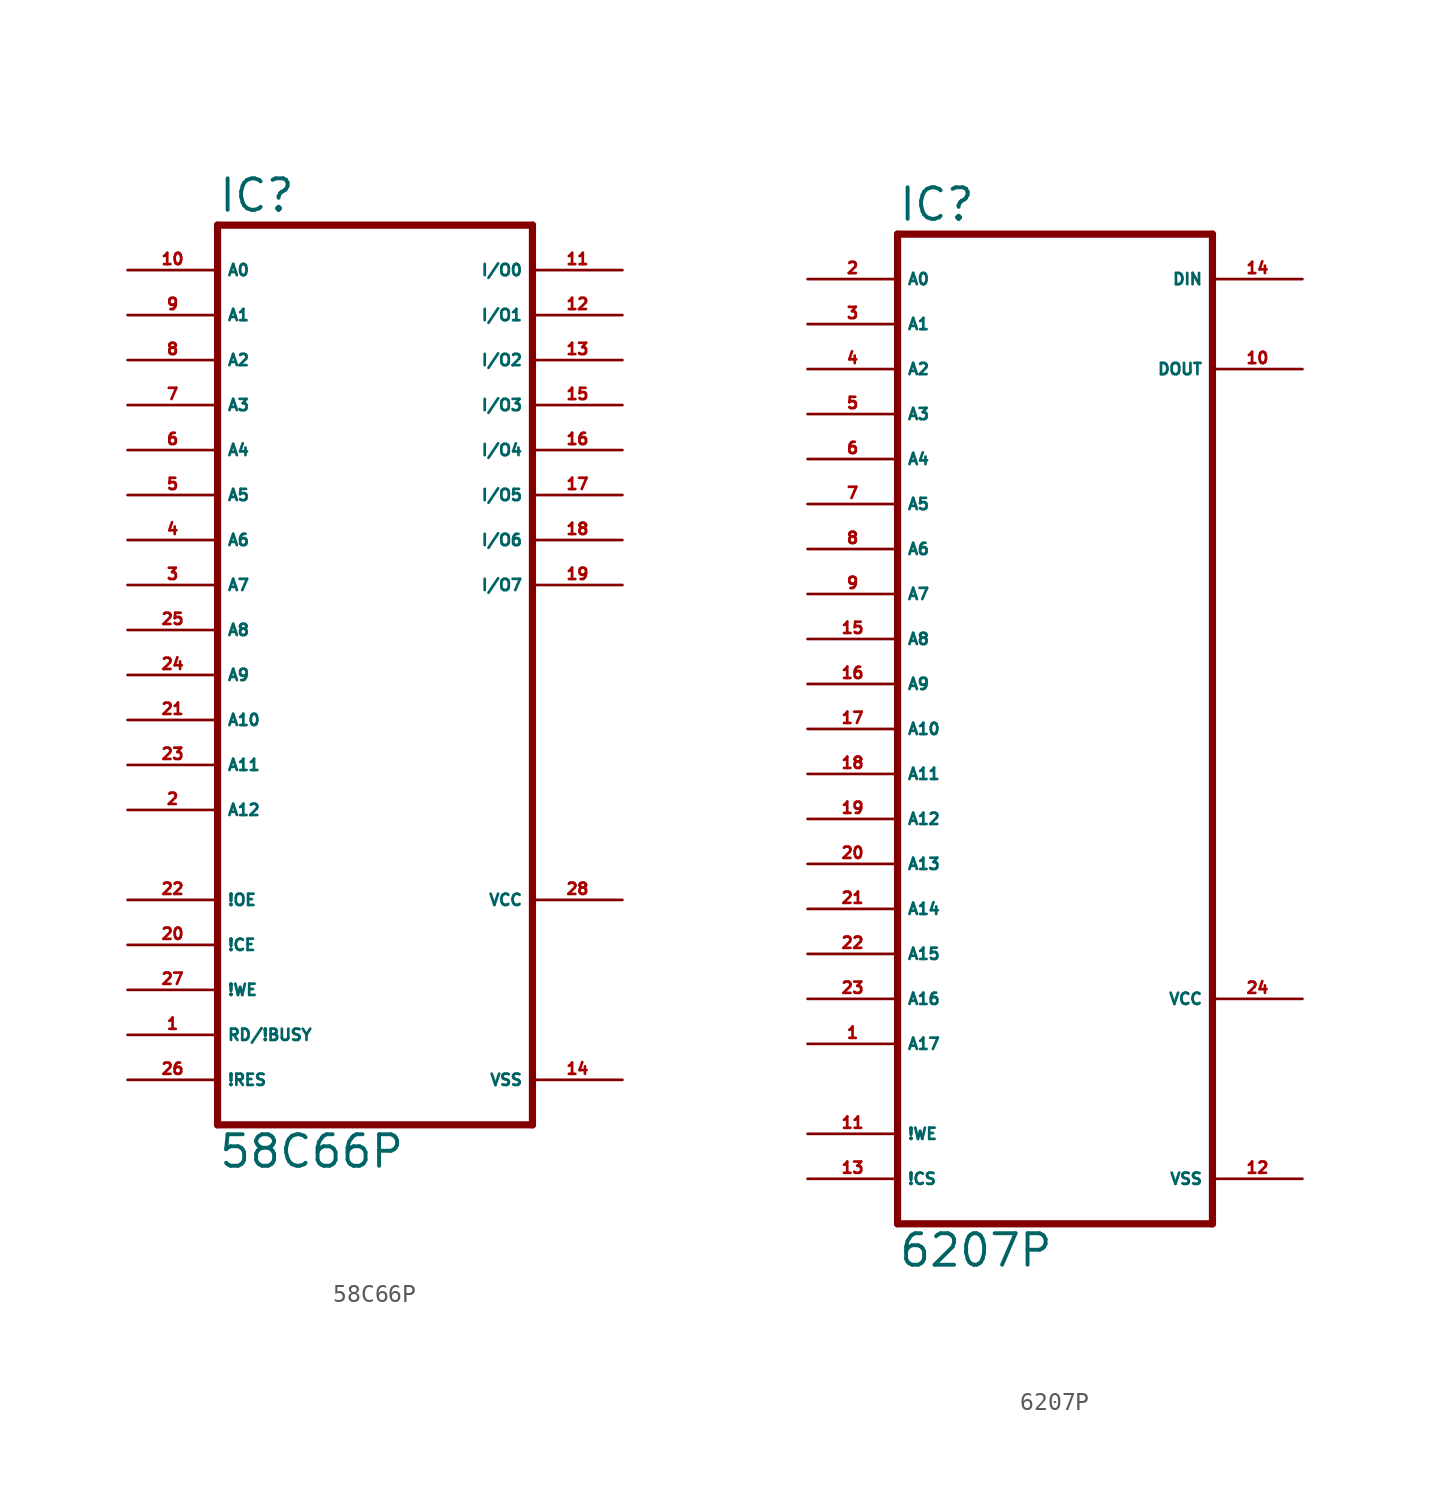
<source format=kicad_sym>
(kicad_symbol_lib
  (version 20220914)
  (generator Eagle2Kicad)
  (symbol "58C66P"
    (property "Reference" "IC"
      (at -7.62 23.495 0)
      (effects (font (size 1.778 1.778) (thickness 0.22)) (justify left bottom)))
    (property "Value" "58C66P"
      (at -7.62 -30.48 0)
      (effects (font (size 1.778 1.778) (thickness 0.22)) (justify left bottom)))
    (polyline
      (pts (xy -7.62 -27.94) (xy 10.16 -27.94))
      (stroke (width 0.406) (type default))
      (fill (type none)))
    (polyline
      (pts (xy 10.16 22.86) (xy 10.16 -27.94))
      (stroke (width 0.406) (type default))
      (fill (type none)))
    (polyline
      (pts (xy 10.16 22.86) (xy -7.62 22.86))
      (stroke (width 0.406) (type default))
      (fill (type none)))
    (polyline
      (pts (xy -7.62 -27.94) (xy -7.62 22.86))
      (stroke (width 0.406) (type default))
      (fill (type none)))
    (pin input line
      (at -12.7 20.32 0)
      (length 5.08)
      (name "A0" (effects (font (size 0.635 0.635) (thickness 0.08)) (justify left bottom)))
      (number "10" (effects (font (size 0.635 0.635) (thickness 0.08)) (justify left bottom))))
    (pin input line
      (at -12.7 17.78 0)
      (length 5.08)
      (name "A1" (effects (font (size 0.635 0.635) (thickness 0.08)) (justify left bottom)))
      (number "9" (effects (font (size 0.635 0.635) (thickness 0.08)) (justify left bottom))))
    (pin input line
      (at -12.7 15.24 0)
      (length 5.08)
      (name "A2" (effects (font (size 0.635 0.635) (thickness 0.08)) (justify left bottom)))
      (number "8" (effects (font (size 0.635 0.635) (thickness 0.08)) (justify left bottom))))
    (pin input line
      (at -12.7 12.7 0)
      (length 5.08)
      (name "A3" (effects (font (size 0.635 0.635) (thickness 0.08)) (justify left bottom)))
      (number "7" (effects (font (size 0.635 0.635) (thickness 0.08)) (justify left bottom))))
    (pin input line
      (at -12.7 10.16 0)
      (length 5.08)
      (name "A4" (effects (font (size 0.635 0.635) (thickness 0.08)) (justify left bottom)))
      (number "6" (effects (font (size 0.635 0.635) (thickness 0.08)) (justify left bottom))))
    (pin input line
      (at -12.7 7.62 0)
      (length 5.08)
      (name "A5" (effects (font (size 0.635 0.635) (thickness 0.08)) (justify left bottom)))
      (number "5" (effects (font (size 0.635 0.635) (thickness 0.08)) (justify left bottom))))
    (pin input line
      (at -12.7 5.08 0)
      (length 5.08)
      (name "A6" (effects (font (size 0.635 0.635) (thickness 0.08)) (justify left bottom)))
      (number "4" (effects (font (size 0.635 0.635) (thickness 0.08)) (justify left bottom))))
    (pin input line
      (at -12.7 2.54 0)
      (length 5.08)
      (name "A7" (effects (font (size 0.635 0.635) (thickness 0.08)) (justify left bottom)))
      (number "3" (effects (font (size 0.635 0.635) (thickness 0.08)) (justify left bottom))))
    (pin input line
      (at -12.7 0 0)
      (length 5.08)
      (name "A8" (effects (font (size 0.635 0.635) (thickness 0.08)) (justify left bottom)))
      (number "25" (effects (font (size 0.635 0.635) (thickness 0.08)) (justify left bottom))))
    (pin input line
      (at -12.7 -2.54 0)
      (length 5.08)
      (name "A9" (effects (font (size 0.635 0.635) (thickness 0.08)) (justify left bottom)))
      (number "24" (effects (font (size 0.635 0.635) (thickness 0.08)) (justify left bottom))))
    (pin input line
      (at -12.7 -5.08 0)
      (length 5.08)
      (name "A10" (effects (font (size 0.635 0.635) (thickness 0.08)) (justify left bottom)))
      (number "21" (effects (font (size 0.635 0.635) (thickness 0.08)) (justify left bottom))))
    (pin input line
      (at -12.7 -7.62 0)
      (length 5.08)
      (name "A11" (effects (font (size 0.635 0.635) (thickness 0.08)) (justify left bottom)))
      (number "23" (effects (font (size 0.635 0.635) (thickness 0.08)) (justify left bottom))))
    (pin input line
      (at -12.7 -10.16 0)
      (length 5.08)
      (name "A12" (effects (font (size 0.635 0.635) (thickness 0.08)) (justify left bottom)))
      (number "2" (effects (font (size 0.635 0.635) (thickness 0.08)) (justify left bottom))))
    (pin input line
      (at -12.7 -22.86 0)
      (length 5.08)
      (name "RD/!BUSY" (effects (font (size 0.635 0.635) (thickness 0.08)) (justify left bottom)))
      (number "1" (effects (font (size 0.635 0.635) (thickness 0.08)) (justify left bottom))))
    (pin input line
      (at -12.7 -15.24 0)
      (length 5.08)
      (name "!OE" (effects (font (size 0.635 0.635) (thickness 0.08)) (justify left bottom)))
      (number "22" (effects (font (size 0.635 0.635) (thickness 0.08)) (justify left bottom))))
    (pin input line
      (at -12.7 -17.78 0)
      (length 5.08)
      (name "!CE" (effects (font (size 0.635 0.635) (thickness 0.08)) (justify left bottom)))
      (number "20" (effects (font (size 0.635 0.635) (thickness 0.08)) (justify left bottom))))
    (pin input line
      (at -12.7 -20.32 0)
      (length 5.08)
      (name "!WE" (effects (font (size 0.635 0.635) (thickness 0.08)) (justify left bottom)))
      (number "27" (effects (font (size 0.635 0.635) (thickness 0.08)) (justify left bottom))))
    (pin tri_state line
      (at 15.24 20.32 180)
      (length 5.08)
      (name "I/O0" (effects (font (size 0.635 0.635) (thickness 0.08)) (justify left bottom)))
      (number "11" (effects (font (size 0.635 0.635) (thickness 0.08)) (justify left bottom))))
    (pin tri_state line
      (at 15.24 17.78 180)
      (length 5.08)
      (name "I/O1" (effects (font (size 0.635 0.635) (thickness 0.08)) (justify left bottom)))
      (number "12" (effects (font (size 0.635 0.635) (thickness 0.08)) (justify left bottom))))
    (pin tri_state line
      (at 15.24 15.24 180)
      (length 5.08)
      (name "I/O2" (effects (font (size 0.635 0.635) (thickness 0.08)) (justify left bottom)))
      (number "13" (effects (font (size 0.635 0.635) (thickness 0.08)) (justify left bottom))))
    (pin tri_state line
      (at 15.24 12.7 180)
      (length 5.08)
      (name "I/O3" (effects (font (size 0.635 0.635) (thickness 0.08)) (justify left bottom)))
      (number "15" (effects (font (size 0.635 0.635) (thickness 0.08)) (justify left bottom))))
    (pin tri_state line
      (at 15.24 10.16 180)
      (length 5.08)
      (name "I/O4" (effects (font (size 0.635 0.635) (thickness 0.08)) (justify left bottom)))
      (number "16" (effects (font (size 0.635 0.635) (thickness 0.08)) (justify left bottom))))
    (pin tri_state line
      (at 15.24 7.62 180)
      (length 5.08)
      (name "I/O5" (effects (font (size 0.635 0.635) (thickness 0.08)) (justify left bottom)))
      (number "17" (effects (font (size 0.635 0.635) (thickness 0.08)) (justify left bottom))))
    (pin tri_state line
      (at 15.24 5.08 180)
      (length 5.08)
      (name "I/O6" (effects (font (size 0.635 0.635) (thickness 0.08)) (justify left bottom)))
      (number "18" (effects (font (size 0.635 0.635) (thickness 0.08)) (justify left bottom))))
    (pin tri_state line
      (at 15.24 2.54 180)
      (length 5.08)
      (name "I/O7" (effects (font (size 0.635 0.635) (thickness 0.08)) (justify left bottom)))
      (number "19" (effects (font (size 0.635 0.635) (thickness 0.08)) (justify left bottom))))
    (pin unspecified line
      (at 15.24 -25.4 180)
      (length 5.08)
      (name "VSS" (effects (font (size 0.635 0.635) (thickness 0.08)) (justify left bottom)))
      (number "14" (effects (font (size 0.635 0.635) (thickness 0.08)) (justify left bottom))))
    (pin unspecified line
      (at 15.24 -15.24 180)
      (length 5.08)
      (name "VCC" (effects (font (size 0.635 0.635) (thickness 0.08)) (justify left bottom)))
      (number "28" (effects (font (size 0.635 0.635) (thickness 0.08)) (justify left bottom))))
    (pin input line
      (at -12.7 -25.4 0)
      (length 5.08)
      (name "!RES" (effects (font (size 0.635 0.635) (thickness 0.08)) (justify left bottom)))
      (number "26" (effects (font (size 0.635 0.635) (thickness 0.08)) (justify left bottom)))))
  (symbol "6207P"
    (property "Reference" "IC"
      (at -10.16 26.035 0)
      (effects (font (size 1.778 1.778) (thickness 0.22)) (justify left bottom)))
    (property "Value" "6207P"
      (at -10.16 -33.02 0)
      (effects (font (size 1.778 1.778) (thickness 0.22)) (justify left bottom)))
    (polyline
      (pts (xy -10.16 -30.48) (xy 7.62 -30.48))
      (stroke (width 0.406) (type default))
      (fill (type none)))
    (polyline
      (pts (xy 7.62 25.4) (xy 7.62 -30.48))
      (stroke (width 0.406) (type default))
      (fill (type none)))
    (polyline
      (pts (xy 7.62 25.4) (xy -10.16 25.4))
      (stroke (width 0.406) (type default))
      (fill (type none)))
    (polyline
      (pts (xy -10.16 -30.48) (xy -10.16 25.4))
      (stroke (width 0.406) (type default))
      (fill (type none)))
    (pin input line
      (at -15.24 22.86 0)
      (length 5.08)
      (name "A0" (effects (font (size 0.635 0.635) (thickness 0.08)) (justify left bottom)))
      (number "2" (effects (font (size 0.635 0.635) (thickness 0.08)) (justify left bottom))))
    (pin input line
      (at -15.24 20.32 0)
      (length 5.08)
      (name "A1" (effects (font (size 0.635 0.635) (thickness 0.08)) (justify left bottom)))
      (number "3" (effects (font (size 0.635 0.635) (thickness 0.08)) (justify left bottom))))
    (pin input line
      (at -15.24 17.78 0)
      (length 5.08)
      (name "A2" (effects (font (size 0.635 0.635) (thickness 0.08)) (justify left bottom)))
      (number "4" (effects (font (size 0.635 0.635) (thickness 0.08)) (justify left bottom))))
    (pin input line
      (at -15.24 15.24 0)
      (length 5.08)
      (name "A3" (effects (font (size 0.635 0.635) (thickness 0.08)) (justify left bottom)))
      (number "5" (effects (font (size 0.635 0.635) (thickness 0.08)) (justify left bottom))))
    (pin input line
      (at -15.24 12.7 0)
      (length 5.08)
      (name "A4" (effects (font (size 0.635 0.635) (thickness 0.08)) (justify left bottom)))
      (number "6" (effects (font (size 0.635 0.635) (thickness 0.08)) (justify left bottom))))
    (pin input line
      (at -15.24 10.16 0)
      (length 5.08)
      (name "A5" (effects (font (size 0.635 0.635) (thickness 0.08)) (justify left bottom)))
      (number "7" (effects (font (size 0.635 0.635) (thickness 0.08)) (justify left bottom))))
    (pin input line
      (at -15.24 7.62 0)
      (length 5.08)
      (name "A6" (effects (font (size 0.635 0.635) (thickness 0.08)) (justify left bottom)))
      (number "8" (effects (font (size 0.635 0.635) (thickness 0.08)) (justify left bottom))))
    (pin input line
      (at -15.24 5.08 0)
      (length 5.08)
      (name "A7" (effects (font (size 0.635 0.635) (thickness 0.08)) (justify left bottom)))
      (number "9" (effects (font (size 0.635 0.635) (thickness 0.08)) (justify left bottom))))
    (pin input line
      (at -15.24 2.54 0)
      (length 5.08)
      (name "A8" (effects (font (size 0.635 0.635) (thickness 0.08)) (justify left bottom)))
      (number "15" (effects (font (size 0.635 0.635) (thickness 0.08)) (justify left bottom))))
    (pin input line
      (at -15.24 0 0)
      (length 5.08)
      (name "A9" (effects (font (size 0.635 0.635) (thickness 0.08)) (justify left bottom)))
      (number "16" (effects (font (size 0.635 0.635) (thickness 0.08)) (justify left bottom))))
    (pin input line
      (at -15.24 -2.54 0)
      (length 5.08)
      (name "A10" (effects (font (size 0.635 0.635) (thickness 0.08)) (justify left bottom)))
      (number "17" (effects (font (size 0.635 0.635) (thickness 0.08)) (justify left bottom))))
    (pin input line
      (at -15.24 -5.08 0)
      (length 5.08)
      (name "A11" (effects (font (size 0.635 0.635) (thickness 0.08)) (justify left bottom)))
      (number "18" (effects (font (size 0.635 0.635) (thickness 0.08)) (justify left bottom))))
    (pin input line
      (at -15.24 -7.62 0)
      (length 5.08)
      (name "A12" (effects (font (size 0.635 0.635) (thickness 0.08)) (justify left bottom)))
      (number "19" (effects (font (size 0.635 0.635) (thickness 0.08)) (justify left bottom))))
    (pin input line
      (at -15.24 -10.16 0)
      (length 5.08)
      (name "A13" (effects (font (size 0.635 0.635) (thickness 0.08)) (justify left bottom)))
      (number "20" (effects (font (size 0.635 0.635) (thickness 0.08)) (justify left bottom))))
    (pin input line
      (at -15.24 -12.7 0)
      (length 5.08)
      (name "A14" (effects (font (size 0.635 0.635) (thickness 0.08)) (justify left bottom)))
      (number "21" (effects (font (size 0.635 0.635) (thickness 0.08)) (justify left bottom))))
    (pin input line
      (at -15.24 -15.24 0)
      (length 5.08)
      (name "A15" (effects (font (size 0.635 0.635) (thickness 0.08)) (justify left bottom)))
      (number "22" (effects (font (size 0.635 0.635) (thickness 0.08)) (justify left bottom))))
    (pin input line
      (at -15.24 -17.78 0)
      (length 5.08)
      (name "A16" (effects (font (size 0.635 0.635) (thickness 0.08)) (justify left bottom)))
      (number "23" (effects (font (size 0.635 0.635) (thickness 0.08)) (justify left bottom))))
    (pin input line
      (at -15.24 -20.32 0)
      (length 5.08)
      (name "A17" (effects (font (size 0.635 0.635) (thickness 0.08)) (justify left bottom)))
      (number "1" (effects (font (size 0.635 0.635) (thickness 0.08)) (justify left bottom))))
    (pin input line
      (at -15.24 -25.4 0)
      (length 5.08)
      (name "!WE" (effects (font (size 0.635 0.635) (thickness 0.08)) (justify left bottom)))
      (number "11" (effects (font (size 0.635 0.635) (thickness 0.08)) (justify left bottom))))
    (pin input line
      (at -15.24 -27.94 0)
      (length 5.08)
      (name "!CS" (effects (font (size 0.635 0.635) (thickness 0.08)) (justify left bottom)))
      (number "13" (effects (font (size 0.635 0.635) (thickness 0.08)) (justify left bottom))))
    (pin unspecified line
      (at 12.7 -27.94 180)
      (length 5.08)
      (name "VSS" (effects (font (size 0.635 0.635) (thickness 0.08)) (justify left bottom)))
      (number "12" (effects (font (size 0.635 0.635) (thickness 0.08)) (justify left bottom))))
    (pin unspecified line
      (at 12.7 -17.78 180)
      (length 5.08)
      (name "VCC" (effects (font (size 0.635 0.635) (thickness 0.08)) (justify left bottom)))
      (number "24" (effects (font (size 0.635 0.635) (thickness 0.08)) (justify left bottom))))
    (pin input line
      (at 12.7 22.86 180)
      (length 5.08)
      (name "DIN" (effects (font (size 0.635 0.635) (thickness 0.08)) (justify left bottom)))
      (number "14" (effects (font (size 0.635 0.635) (thickness 0.08)) (justify left bottom))))
    (pin tri_state line
      (at 12.7 17.78 180)
      (length 5.08)
      (name "DOUT" (effects (font (size 0.635 0.635) (thickness 0.08)) (justify left bottom)))
      (number "10" (effects (font (size 0.635 0.635) (thickness 0.08)) (justify left bottom))))))
</source>
